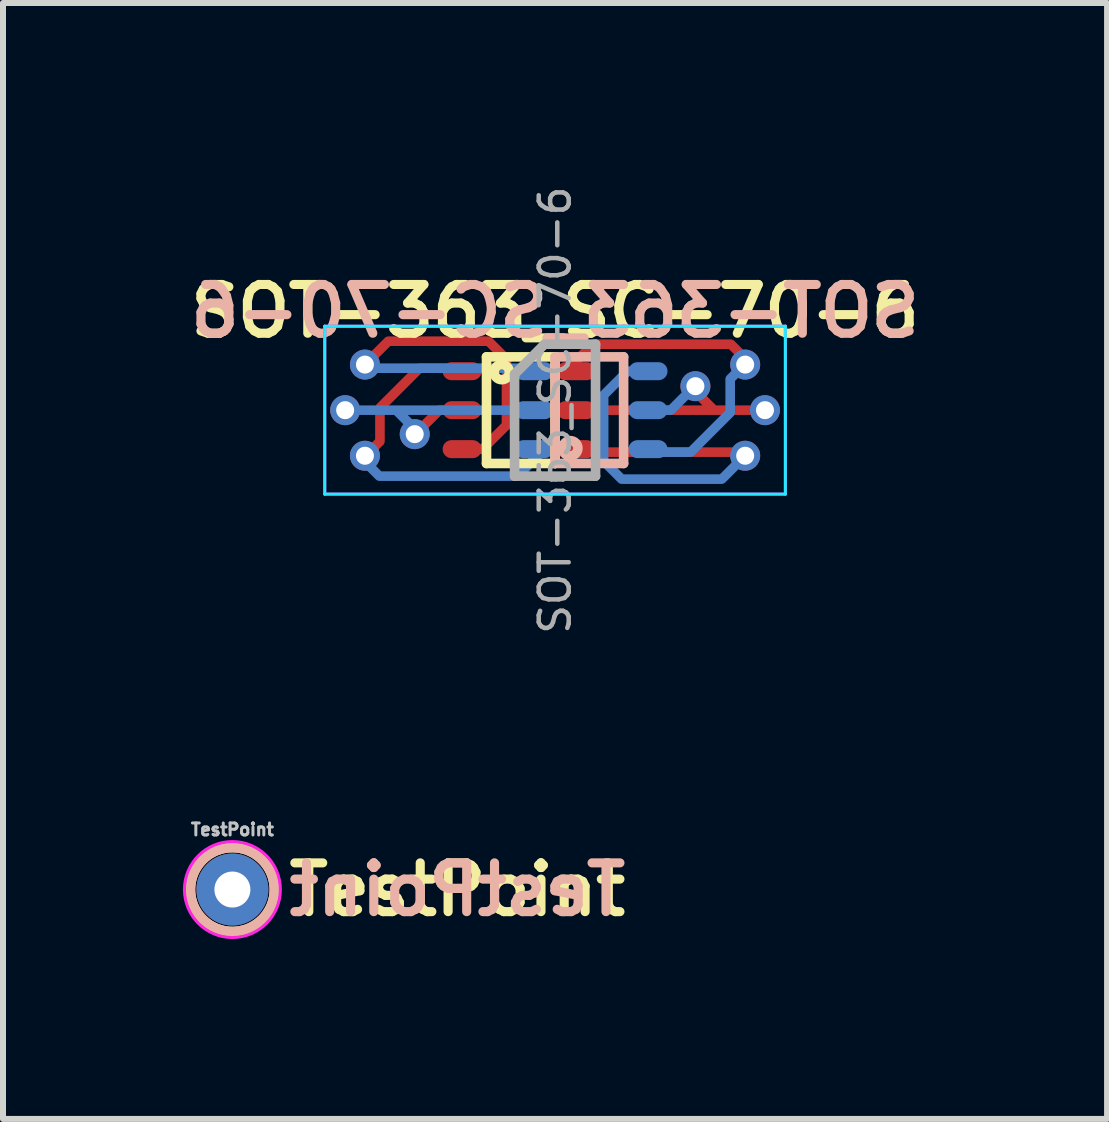
<source format=kicad_pcb>
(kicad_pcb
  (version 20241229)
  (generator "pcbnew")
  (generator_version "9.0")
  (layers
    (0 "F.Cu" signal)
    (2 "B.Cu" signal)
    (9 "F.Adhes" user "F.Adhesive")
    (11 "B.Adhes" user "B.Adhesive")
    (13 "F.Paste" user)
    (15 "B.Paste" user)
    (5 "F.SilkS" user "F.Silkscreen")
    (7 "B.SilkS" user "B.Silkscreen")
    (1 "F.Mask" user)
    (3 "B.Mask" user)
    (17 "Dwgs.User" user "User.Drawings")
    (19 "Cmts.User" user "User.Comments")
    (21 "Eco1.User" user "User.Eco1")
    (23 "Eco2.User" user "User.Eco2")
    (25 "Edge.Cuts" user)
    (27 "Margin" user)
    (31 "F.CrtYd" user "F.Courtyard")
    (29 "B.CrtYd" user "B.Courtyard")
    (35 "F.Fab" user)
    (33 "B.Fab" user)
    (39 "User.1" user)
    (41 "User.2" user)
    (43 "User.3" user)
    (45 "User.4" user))
  (footprint "TestPoint"
    (layer "F.Cu")
    (at 0.825 11.782)
    (property "Reference" "TestPoint" (at 0 -1 0) (layer "Dwgs.User") (effects (font (size 0.2 0.2) (thickness 0.05))))
    (property "Value" "TestPoint" (at 0 1 0) (layer "F.Fab") (hide yes) (effects (font (size 0.2 0.2) (thickness 0.05))))
    (attr exclude_from_pos_files exclude_from_bom)
    (fp_circle (center 0 0) (end 0.7 0) (stroke (width 0.16) (type solid)) (fill no) (layer "F.SilkS"))
    (fp_circle (center 0 0) (end 0.7 0) (stroke (width 0.16) (type solid)) (fill no) (layer "B.SilkS"))
    (fp_circle (center 0 0) (end 0.8 0) (stroke (width 0.05) (type solid)) (fill no) (layer "F.CrtYd"))
    (fp_text user "${VALUE}" (at 0.864 0 0) (layer "F.SilkS") (effects (font (size 0.813 0.813) (thickness 0.152)) (justify left)))
    (fp_text user "${VALUE}" (at 0.864 0 0) (layer "B.SilkS") (effects (font (size 0.813 0.813) (thickness 0.152)) (justify right mirror)))
    (pad "1" thru_hole circle (at 0 0) (size 1.2 1.2) (drill 0.6) (layers "*.Cu" "*.Mask")))
  (footprint "SOT-363_SC-70-6"
    (layer "F.Cu")
    (at 6.205 3.789)
    (property "Reference" "SOT-363_SC-70-6" (at 0 -1.651 0) (layer "F.SilkS") (effects (font (size 0.813 0.813) (thickness 0.152))))
    (attr smd)
    (fp_line (start -1.143 -0.889) (end 0 -0.889) (stroke (width 0.16) (type solid)) (layer "F.SilkS"))
    (fp_line (start -1.143 0.889) (end -1.143 -0.889) (stroke (width 0.16) (type solid)) (layer "F.SilkS"))
    (fp_line (start 0 -0.889) (end 0 0.889) (stroke (width 0.16) (type solid)) (layer "F.SilkS"))
    (fp_line (start 0 0.889) (end -1.143 0.889) (stroke (width 0.16) (type solid)) (layer "F.SilkS"))
    (fp_circle (center -0.889 -0.635) (end -0.762 -0.635) (stroke (width 0.16) (type solid)) (fill no) (layer "F.SilkS"))
    (fp_line (start 0 -0.889) (end 1.143 -0.889) (stroke (width 0.16) (type solid)) (layer "B.SilkS"))
    (fp_line (start 0 0.889) (end 0 -0.889) (stroke (width 0.16) (type solid)) (layer "B.SilkS"))
    (fp_line (start 1.143 -0.889) (end 1.143 0.889) (stroke (width 0.16) (type solid)) (layer "B.SilkS"))
    (fp_line (start 1.143 0.889) (end 0 0.889) (stroke (width 0.16) (type solid)) (layer "B.SilkS"))
    (fp_circle (center 0.254 0.635) (end 0.127 0.635) (stroke (width 0.16) (type solid)) (fill no) (layer "B.SilkS"))
    (fp_line (start -3.84 -1.4) (end -3.84 1.4) (stroke (width 0.05) (type solid)) (layer "B.CrtYd"))
    (fp_line (start -3.84 -1.4) (end 3.84 -1.4) (stroke (width 0.05) (type solid)) (layer "B.CrtYd"))
    (fp_line (start -3.84 1.4) (end 3.84 1.4) (stroke (width 0.05) (type solid)) (layer "B.CrtYd"))
    (fp_line (start 3.84 1.4) (end 3.84 -1.4) (stroke (width 0.05) (type solid)) (layer "B.CrtYd"))
    (fp_line (start -3.84 -1.4) (end -3.84 1.4) (stroke (width 0.05) (type solid)) (layer "F.CrtYd"))
    (fp_line (start -3.84 -1.4) (end 3.84 -1.4) (stroke (width 0.05) (type solid)) (layer "F.CrtYd"))
    (fp_line (start -3.84 1.4) (end 3.84 1.4) (stroke (width 0.05) (type solid)) (layer "F.CrtYd"))
    (fp_line (start 3.84 1.4) (end 3.84 -1.4) (stroke (width 0.05) (type solid)) (layer "F.CrtYd"))
    (fp_line (start -0.675 -0.6) (end -0.675 1.1) (stroke (width 0.16) (type solid)) (layer "F.Fab"))
    (fp_line (start -0.175 -1.1) (end -0.675 -0.6) (stroke (width 0.16) (type solid)) (layer "F.Fab"))
    (fp_line (start 0.675 -1.1) (end -0.175 -1.1) (stroke (width 0.16) (type solid)) (layer "F.Fab"))
    (fp_line (start 0.675 -1.1) (end 0.675 1.1) (stroke (width 0.16) (type solid)) (layer "F.Fab"))
    (fp_line (start 0.675 1.1) (end -0.675 1.1) (stroke (width 0.16) (type solid)) (layer "F.Fab"))
    (fp_text user "${REFERENCE}" (at 0 -1.651 0) (layer "B.SilkS") (effects (font (size 0.813 0.813) (thickness 0.152)) (justify mirror)))
    (fp_text user "${REFERENCE}" (at 0 0 90) (layer "F.Fab") (effects (font (size 0.5 0.5) (thickness 0.075))))
    (pad "1" thru_hole circle (at -3.17 0.76 180) (size 0.5 0.5) (drill 0.3) (layers "*.Cu"))
    (pad "1" smd custom (at -1.72 -0.65 180) (size 0.01 0.01) (layers "F.Cu") (options (anchor circle)) (primitives (gr_line (start 0.54 0.05) (end 1.2 -0.61) (width 0.16)) (gr_line (start -0.1 0.05) (end 0.54 0.05) (width 0.16)) (gr_line (start 1.2 -1.17) (end 1.45 -1.42) (width 0.16)) (gr_line (start 1.2 -0.61) (end 1.2 -1.17) (width 0.16))))
    (pad "1" smd oval (at -1.55 -0.65) (size 0.65 0.3) (layers "F.Cu" "F.Mask" "F.Paste"))
    (pad "1" smd oval (at -0.35 0.65) (size 0.65 0.3) (layers "B.Cu" "B.Mask" "B.Paste"))
    (pad "1" smd custom (at -0.33 0.65 180) (size 0.01 0.01) (layers "B.Cu") (options (anchor circle)) (primitives (gr_line (start 0.3 -0.45) (end -0.1 -0.05) (width 0.16)) (gr_line (start 0.3 -0.45) (end 2.6 -0.45) (width 0.16)) (gr_line (start 2.6 -0.45) (end 3 -0.05) (width 0.16))))
    (pad "2" thru_hole circle (at -3.5 0 180) (size 0.5 0.5) (drill 0.3) (layers "*.Cu"))
    (pad "2" thru_hole circle (at -2.34 0.4 180) (size 0.5 0.5) (drill 0.3) (layers "*.Cu"))
    (pad "2" smd custom (at -1.63 0 180) (size 0.01 0.01) (layers "F.Cu") (options (anchor circle)) (primitives (gr_line (start -0.1 0) (end 0.3 0) (width 0.16)) (gr_line (start 0.3 0) (end 0.7 -0.4) (width 0.16))))
    (pad "2" smd oval (at -1.55 0) (size 0.65 0.3) (layers "F.Cu" "F.Mask" "F.Paste"))
    (pad "2" smd custom (at -0.35 0 180) (size 0.01 0.01) (layers "B.Cu") (options (anchor circle)) (primitives (gr_line (start 1.9 -0.4) (end 2.3 0) (width 0.16)) (gr_line (start 3 0) (end -0.1 0) (width 0.16))))
    (pad "2" smd oval (at -0.35 0) (size 0.65 0.3) (layers "B.Cu" "B.Mask" "B.Paste"))
    (pad "3" thru_hole circle (at -3.17 -0.76 180) (size 0.5 0.5) (drill 0.3) (layers "*.Cu"))
    (pad "3" smd custom (at -1.61 0.65 180) (size 0.01 0.01) (layers "F.Cu") (options (anchor circle)) (primitives (gr_line (start 0.1 0) (end -0.4 0) (width 0.16)) (gr_line (start -0.5 1.8) (end 1.17 1.8) (width 0.16)) (gr_line (start -0.8 0.4) (end -0.8 1.5) (width 0.16)) (gr_line (start -0.8 1.5) (end -0.5 1.8) (width 0.16)) (gr_line (start 1.17 1.8) (end 1.57 1.4) (width 0.16)) (gr_line (start -0.4 0) (end -0.8 0.4) (width 0.16))))
    (pad "3" smd oval (at -1.55 0.65) (size 0.65 0.3) (layers "F.Cu" "F.Mask" "F.Paste"))
    (pad "3" smd oval (at -0.35 -0.65) (size 0.65 0.3) (layers "B.Cu" "B.Mask" "B.Paste"))
    (pad "3" smd custom (at -0.33 -0.65 180) (size 0.01 0.01) (layers "B.Cu") (options (anchor circle)) (primitives (gr_line (start 3 0.05) (end -0.1 0.05) (width 0.16))))
    (pad "4" smd custom (at 0.33 0.65) (size 0.01 0.01) (layers "F.Cu") (options (anchor circle)) (primitives (gr_line (start 3 0.05) (end -0.1 0.05) (width 0.16))))
    (pad "4" smd oval (at 0.35 0.65) (size 0.65 0.3) (layers "F.Cu" "F.Mask" "F.Paste"))
    (pad "4" smd oval (at 1.55 -0.65) (size 0.65 0.3) (layers "B.Cu" "B.Mask" "B.Paste"))
    (pad "4" smd custom (at 1.61 -0.65) (size 0.01 0.01) (layers "B.Cu") (options (anchor circle)) (primitives (gr_line (start 0.1 0) (end -0.4 0) (width 0.16)) (gr_line (start -0.5 1.8) (end 1.17 1.8) (width 0.16)) (gr_line (start -0.8 0.4) (end -0.8 1.5) (width 0.16)) (gr_line (start -0.8 1.5) (end -0.5 1.8) (width 0.16)) (gr_line (start 1.17 1.8) (end 1.57 1.4) (width 0.16)) (gr_line (start -0.4 0) (end -0.8 0.4) (width 0.16))))
    (pad "4" thru_hole circle (at 3.17 0.76) (size 0.5 0.5) (drill 0.3) (layers "*.Cu"))
    (pad "5" smd custom (at 0.35 0) (size 0.01 0.01) (layers "F.Cu") (options (anchor circle)) (primitives (gr_line (start 1.9 -0.4) (end 2.3 0) (width 0.16)) (gr_line (start 3 0) (end -0.1 0) (width 0.16))))
    (pad "5" smd oval (at 0.35 0) (size 0.65 0.3) (layers "F.Cu" "F.Mask" "F.Paste"))
    (pad "5" smd oval (at 1.55 0) (size 0.65 0.3) (layers "B.Cu" "B.Mask" "B.Paste"))
    (pad "5" smd custom (at 1.63 0) (size 0.01 0.01) (layers "B.Cu") (options (anchor circle)) (primitives (gr_line (start -0.1 0) (end 0.3 0) (width 0.16)) (gr_line (start 0.3 0) (end 0.7 -0.4) (width 0.16))))
    (pad "5" thru_hole circle (at 2.34 -0.4) (size 0.5 0.5) (drill 0.3) (layers "*.Cu"))
    (pad "5" thru_hole circle (at 3.5 0) (size 0.5 0.5) (drill 0.3) (layers "*.Cu"))
    (pad "6" smd custom (at 0.33 -0.65) (size 0.01 0.01) (layers "F.Cu") (options (anchor circle)) (primitives (gr_line (start 0.3 -0.45) (end -0.1 -0.05) (width 0.16)) (gr_line (start 0.3 -0.45) (end 2.6 -0.45) (width 0.16)) (gr_line (start 2.6 -0.45) (end 3 -0.05) (width 0.16))))
    (pad "6" smd oval (at 0.35 -0.65) (size 0.65 0.3) (layers "F.Cu" "F.Mask" "F.Paste"))
    (pad "6" smd oval (at 1.55 0.65) (size 0.65 0.3) (layers "B.Cu" "B.Mask" "B.Paste"))
    (pad "6" smd custom (at 1.72 0.65) (size 0.01 0.01) (layers "B.Cu") (options (anchor circle)) (primitives (gr_line (start 0.54 0.05) (end 1.2 -0.61) (width 0.16)) (gr_line (start -0.1 0.05) (end 0.54 0.05) (width 0.16)) (gr_line (start 1.2 -1.17) (end 1.45 -1.42) (width 0.16)) (gr_line (start 1.2 -0.61) (end 1.2 -1.17) (width 0.16))))
    (pad "6" thru_hole circle (at 3.17 -0.76) (size 0.5 0.5) (drill 0.3) (layers "*.Cu")))
  (gr_rect
    (start -3 -3)
    (end 15.409 15.607)
    (stroke (width 0.1) (type default))
    (fill no)
    (layer "Edge.Cuts")))
</source>
